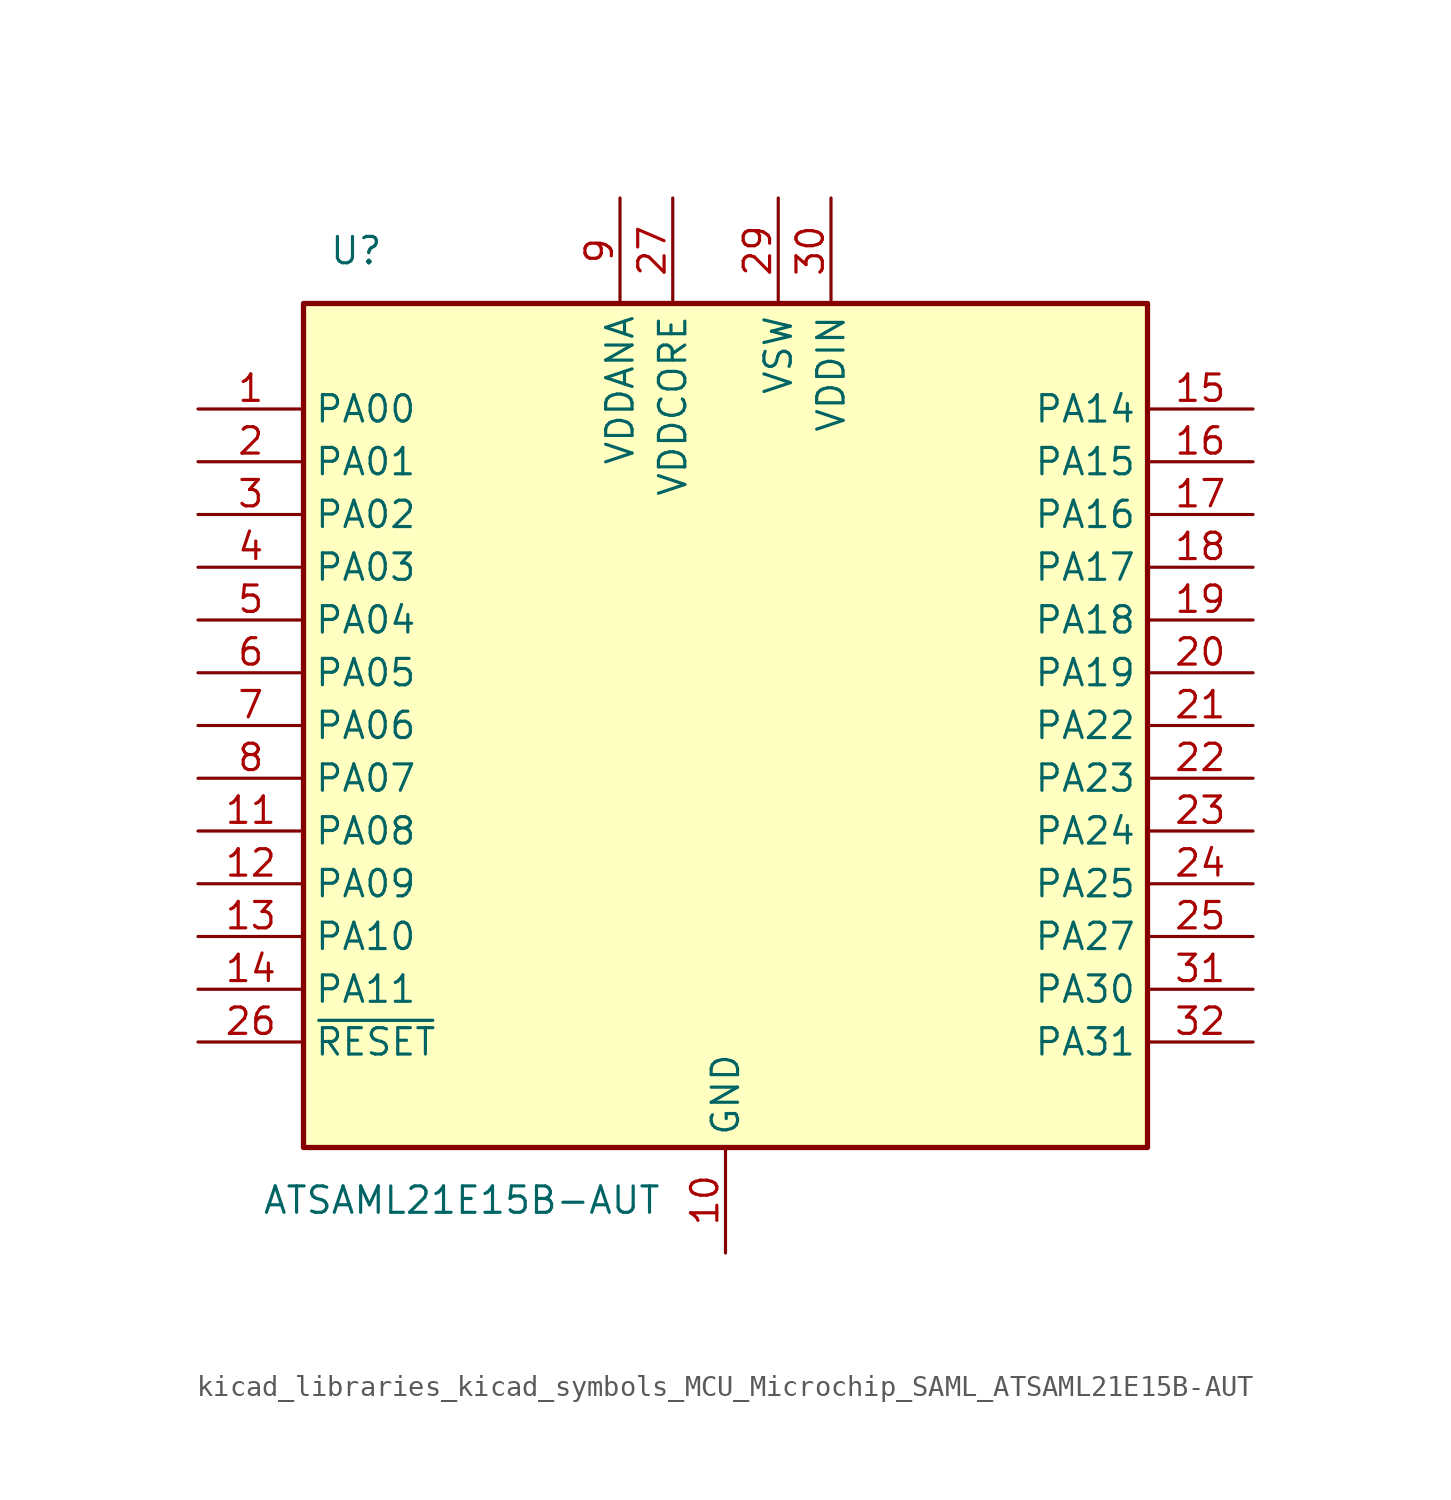
<source format=kicad_sym>
(kicad_symbol_lib
  (version 20220914)
  (generator kicad_symbol_editor)
  (symbol "kicad_libraries_kicad_symbols_MCU_Microchip_SAML_ATSAML21E15B-AUT"
    (property "Reference" "U"
      (at -17.78 22.86 0)
      (effects (font (size 1.27 1.27))))
    (property "Value" "ATSAML21E15B-AUT"
      (at -12.7 -22.86 0)
      (effects (font (size 1.27 1.27))))
    (symbol "kicad_libraries_kicad_symbols_MCU_Microchip_SAML_ATSAML21E15B-AUT_0_1"
      (rectangle (start -20.32 20.32) (end 20.32 -20.32) (stroke (width 0.254) (type default)) (fill (type background))))
    (symbol "kicad_libraries_kicad_symbols_MCU_Microchip_SAML_ATSAML21E15B-AUT_1_1"
      (pin bidirectional line (at -25.4 15.24 0) (length 5.08) (name "PA00" (effects (font (size 1.27 1.27)))) (number "1" (effects (font (size 1.27 1.27)))))
      (pin power_in line (at 0 -25.4 90) (length 5.08) (name "GND" (effects (font (size 1.27 1.27)))) (number "10" (effects (font (size 1.27 1.27)))))
      (pin bidirectional line (at -25.4 -5.08 0) (length 5.08) (name "PA08" (effects (font (size 1.27 1.27)))) (number "11" (effects (font (size 1.27 1.27)))))
      (pin bidirectional line (at -25.4 -7.62 0) (length 5.08) (name "PA09" (effects (font (size 1.27 1.27)))) (number "12" (effects (font (size 1.27 1.27)))))
      (pin bidirectional line (at -25.4 -10.16 0) (length 5.08) (name "PA10" (effects (font (size 1.27 1.27)))) (number "13" (effects (font (size 1.27 1.27)))))
      (pin bidirectional line (at -25.4 -12.7 0) (length 5.08) (name "PA11" (effects (font (size 1.27 1.27)))) (number "14" (effects (font (size 1.27 1.27)))))
      (pin bidirectional line (at 25.4 15.24 180) (length 5.08) (name "PA14" (effects (font (size 1.27 1.27)))) (number "15" (effects (font (size 1.27 1.27)))))
      (pin bidirectional line (at 25.4 12.7 180) (length 5.08) (name "PA15" (effects (font (size 1.27 1.27)))) (number "16" (effects (font (size 1.27 1.27)))))
      (pin bidirectional line (at 25.4 10.16 180) (length 5.08) (name "PA16" (effects (font (size 1.27 1.27)))) (number "17" (effects (font (size 1.27 1.27)))))
      (pin bidirectional line (at 25.4 7.62 180) (length 5.08) (name "PA17" (effects (font (size 1.27 1.27)))) (number "18" (effects (font (size 1.27 1.27)))))
      (pin bidirectional line (at 25.4 5.08 180) (length 5.08) (name "PA18" (effects (font (size 1.27 1.27)))) (number "19" (effects (font (size 1.27 1.27)))))
      (pin bidirectional line (at -25.4 12.7 0) (length 5.08) (name "PA01" (effects (font (size 1.27 1.27)))) (number "2" (effects (font (size 1.27 1.27)))))
      (pin bidirectional line (at 25.4 2.54 180) (length 5.08) (name "PA19" (effects (font (size 1.27 1.27)))) (number "20" (effects (font (size 1.27 1.27)))))
      (pin bidirectional line (at 25.4 0 180) (length 5.08) (name "PA22" (effects (font (size 1.27 1.27)))) (number "21" (effects (font (size 1.27 1.27)))))
      (pin bidirectional line (at 25.4 -2.54 180) (length 5.08) (name "PA23" (effects (font (size 1.27 1.27)))) (number "22" (effects (font (size 1.27 1.27)))))
      (pin bidirectional line (at 25.4 -5.08 180) (length 5.08) (name "PA24" (effects (font (size 1.27 1.27)))) (number "23" (effects (font (size 1.27 1.27)))))
      (pin bidirectional line (at 25.4 -7.62 180) (length 5.08) (name "PA25" (effects (font (size 1.27 1.27)))) (number "24" (effects (font (size 1.27 1.27)))))
      (pin bidirectional line (at 25.4 -10.16 180) (length 5.08) (name "PA27" (effects (font (size 1.27 1.27)))) (number "25" (effects (font (size 1.27 1.27)))))
      (pin input line (at -25.4 -15.24 0) (length 5.08) (name "~{RESET}" (effects (font (size 1.27 1.27)))) (number "26" (effects (font (size 1.27 1.27)))))
      (pin power_in line (at -2.54 25.4 270) (length 5.08) (name "VDDCORE" (effects (font (size 1.27 1.27)))) (number "27" (effects (font (size 1.27 1.27)))))
      (pin passive line (at 0 -25.4 90) (length 5.08) hide (name "GND" (effects (font (size 1.27 1.27)))) (number "28" (effects (font (size 1.27 1.27)))))
      (pin power_out line (at 2.54 25.4 270) (length 5.08) (name "VSW" (effects (font (size 1.27 1.27)))) (number "29" (effects (font (size 1.27 1.27)))))
      (pin bidirectional line (at -25.4 10.16 0) (length 5.08) (name "PA02" (effects (font (size 1.27 1.27)))) (number "3" (effects (font (size 1.27 1.27)))))
      (pin power_in line (at 5.08 25.4 270) (length 5.08) (name "VDDIN" (effects (font (size 1.27 1.27)))) (number "30" (effects (font (size 1.27 1.27)))))
      (pin bidirectional line (at 25.4 -12.7 180) (length 5.08) (name "PA30" (effects (font (size 1.27 1.27)))) (number "31" (effects (font (size 1.27 1.27)))))
      (pin bidirectional line (at 25.4 -15.24 180) (length 5.08) (name "PA31" (effects (font (size 1.27 1.27)))) (number "32" (effects (font (size 1.27 1.27)))))
      (pin bidirectional line (at -25.4 7.62 0) (length 5.08) (name "PA03" (effects (font (size 1.27 1.27)))) (number "4" (effects (font (size 1.27 1.27)))))
      (pin bidirectional line (at -25.4 5.08 0) (length 5.08) (name "PA04" (effects (font (size 1.27 1.27)))) (number "5" (effects (font (size 1.27 1.27)))))
      (pin bidirectional line (at -25.4 2.54 0) (length 5.08) (name "PA05" (effects (font (size 1.27 1.27)))) (number "6" (effects (font (size 1.27 1.27)))))
      (pin bidirectional line (at -25.4 0 0) (length 5.08) (name "PA06" (effects (font (size 1.27 1.27)))) (number "7" (effects (font (size 1.27 1.27)))))
      (pin bidirectional line (at -25.4 -2.54 0) (length 5.08) (name "PA07" (effects (font (size 1.27 1.27)))) (number "8" (effects (font (size 1.27 1.27)))))
      (pin power_in line (at -5.08 25.4 270) (length 5.08) (name "VDDANA" (effects (font (size 1.27 1.27)))) (number "9" (effects (font (size 1.27 1.27))))))))
</source>
